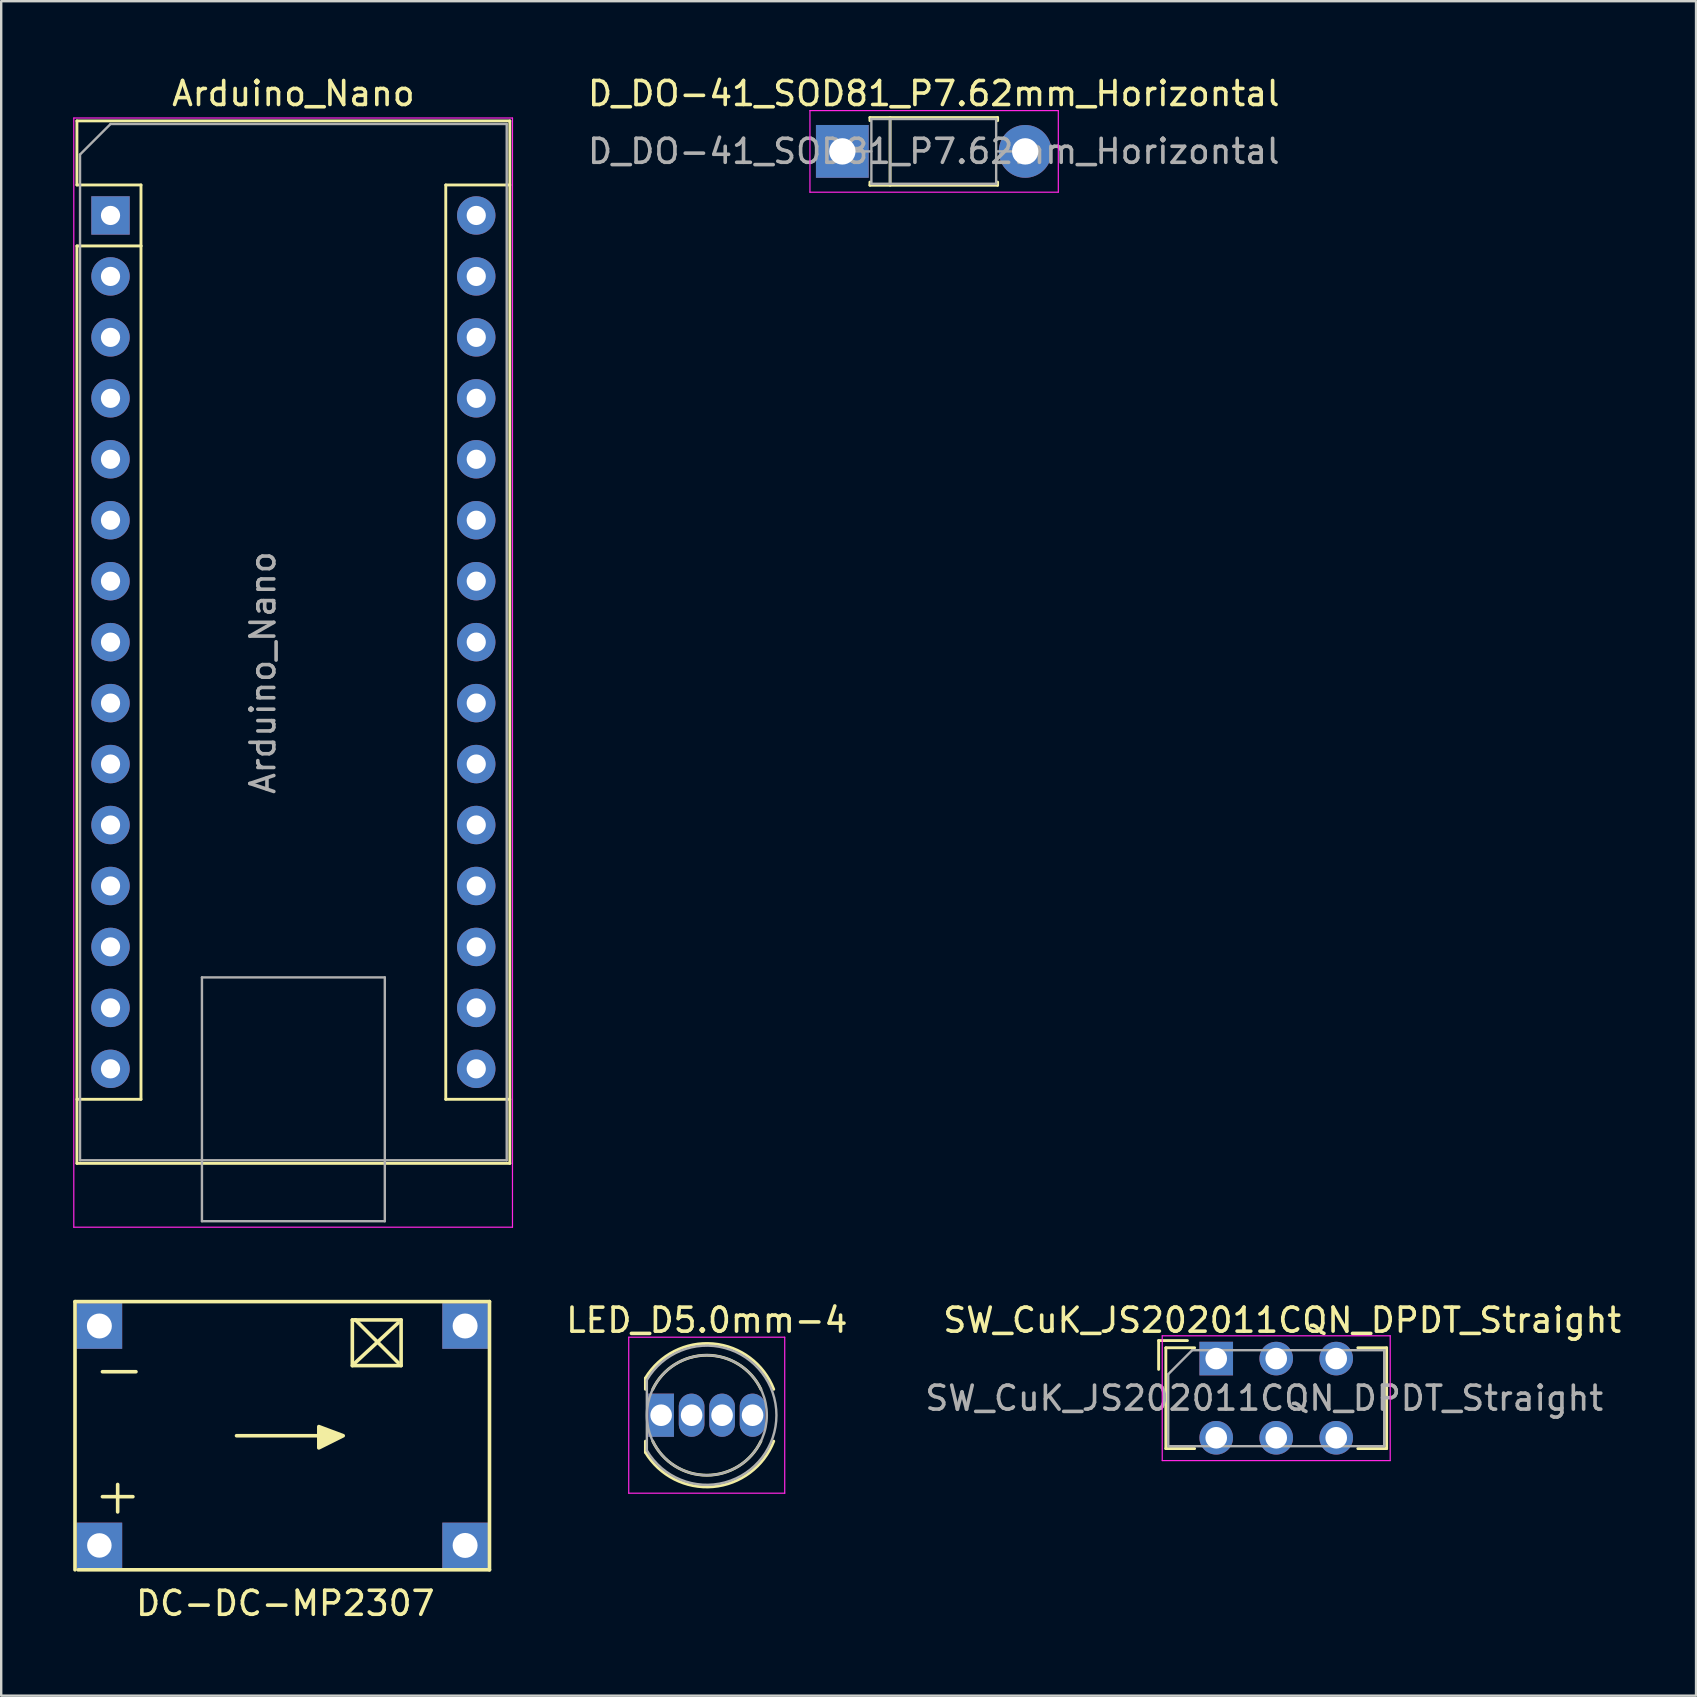
<source format=kicad_pcb>
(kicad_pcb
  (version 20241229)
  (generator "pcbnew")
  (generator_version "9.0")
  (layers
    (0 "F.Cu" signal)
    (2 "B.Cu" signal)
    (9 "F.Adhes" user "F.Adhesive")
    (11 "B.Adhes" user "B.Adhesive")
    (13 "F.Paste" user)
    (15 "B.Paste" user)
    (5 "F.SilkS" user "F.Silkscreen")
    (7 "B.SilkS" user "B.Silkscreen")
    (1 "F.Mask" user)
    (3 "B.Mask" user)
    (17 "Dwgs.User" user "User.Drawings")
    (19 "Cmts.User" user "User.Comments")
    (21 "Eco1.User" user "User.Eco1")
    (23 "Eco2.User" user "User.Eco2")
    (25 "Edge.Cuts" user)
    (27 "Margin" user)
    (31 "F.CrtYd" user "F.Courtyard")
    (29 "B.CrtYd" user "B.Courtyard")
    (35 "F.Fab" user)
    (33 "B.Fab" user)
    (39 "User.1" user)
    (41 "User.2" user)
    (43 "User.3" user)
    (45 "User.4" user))
  (footprint "SW_CuK_JS202011CQN_DPDT_Straight"
    (layer "F.Cu")
    (at 47.63 53.562)
    (property "Reference" "SW_CuK_JS202011CQN_DPDT_Straight" (at 2.75 -1.6 0) (layer "F.SilkS") (effects (font (size 1 1) (thickness 0.15))))
    (attr through_hole)
    (fp_line (start -2.4 -0.75) (end -2.4 0.45) (stroke (width 0.12) (type solid)) (layer "F.SilkS"))
    (fp_line (start -2.1 -0.45) (end -2.1 3.75) (stroke (width 0.12) (type solid)) (layer "F.SilkS"))
    (fp_line (start -2.1 3.75) (end -0.9 3.75) (stroke (width 0.12) (type solid)) (layer "F.SilkS"))
    (fp_line (start -1.2 -0.75) (end -2.4 -0.75) (stroke (width 0.12) (type solid)) (layer "F.SilkS"))
    (fp_line (start -0.9 -0.45) (end -2.1 -0.45) (stroke (width 0.12) (type solid)) (layer "F.SilkS"))
    (fp_line (start 5.9 -0.45) (end 7.1 -0.45) (stroke (width 0.12) (type solid)) (layer "F.SilkS"))
    (fp_line (start 7.1 -0.45) (end 7.1 3.75) (stroke (width 0.12) (type solid)) (layer "F.SilkS"))
    (fp_line (start 7.1 3.75) (end 5.9 3.75) (stroke (width 0.12) (type solid)) (layer "F.SilkS"))
    (fp_line (start -2.25 -0.95) (end 7.25 -0.95) (stroke (width 0.05) (type solid)) (layer "F.CrtYd"))
    (fp_line (start -2.25 4.25) (end -2.25 -0.95) (stroke (width 0.05) (type solid)) (layer "F.CrtYd"))
    (fp_line (start 7.25 -0.95) (end 7.25 4.25) (stroke (width 0.05) (type solid)) (layer "F.CrtYd"))
    (fp_line (start 7.25 4.25) (end -2.25 4.25) (stroke (width 0.05) (type solid)) (layer "F.CrtYd"))
    (fp_line (start -2 3.65) (end -2 0.65) (stroke (width 0.1) (type solid)) (layer "F.Fab"))
    (fp_line (start -1 -0.35) (end -2 0.65) (stroke (width 0.1) (type solid)) (layer "F.Fab"))
    (fp_line (start -1 -0.35) (end 7 -0.35) (stroke (width 0.1) (type solid)) (layer "F.Fab"))
    (fp_line (start 7 -0.35) (end 7 3.65) (stroke (width 0.1) (type solid)) (layer "F.Fab"))
    (fp_line (start 7 3.65) (end -2 3.65) (stroke (width 0.1) (type solid)) (layer "F.Fab"))
    (fp_text user "${REFERENCE}" (at 2 1.65 0) (layer "F.Fab") (effects (font (size 1 1) (thickness 0.15))))
    (pad "1" thru_hole rect (at 0 0) (size 1.4 1.4) (drill 0.9) (layers "*.Cu" "*.Mask"))
    (pad "2" thru_hole circle (at 2.5 0) (size 1.4 1.4) (drill 0.9) (layers "*.Cu" "*.Mask"))
    (pad "3" thru_hole circle (at 5 0) (size 1.4 1.4) (drill 0.9) (layers "*.Cu" "*.Mask"))
    (pad "4" thru_hole circle (at 0 3.3) (size 1.4 1.4) (drill 0.9) (layers "*.Cu" "*.Mask"))
    (pad "5" thru_hole circle (at 2.5 3.3) (size 1.4 1.4) (drill 0.9) (layers "*.Cu" "*.Mask"))
    (pad "6" thru_hole circle (at 5 3.3) (size 1.4 1.4) (drill 0.9) (layers "*.Cu" "*.Mask")))
  (footprint "LED_D5.0mm-4"
    (layer "F.Cu")
    (at 24.499 55.922)
    (property "Reference" "LED_D5.0mm-4" (at 1.905 -3.96 0) (layer "F.SilkS") (effects (font (size 1 1) (thickness 0.15))))
    (attr through_hole)
    (fp_line (start -0.655 -1.545) (end -0.655 -1.08) (stroke (width 0.12) (type solid)) (layer "F.SilkS"))
    (fp_line (start -0.655 1.08) (end -0.655 1.545) (stroke (width 0.12) (type solid)) (layer "F.SilkS"))
    (fp_arc (start -0.655 -1.54483) (mid 2.163456 -2.978809) (end 4.692815 -1.080827) (stroke (width 0.12) (type solid)) (layer "F.SilkS"))
    (fp_arc (start -0.349684 -1.08) (mid 1.904762 -2.5) (end 4.159479 -1.080429) (stroke (width 0.12) (type solid)) (layer "F.SilkS"))
    (fp_arc (start 4.159479 1.080429) (mid 1.904762 2.5) (end -0.349684 1.08) (stroke (width 0.12) (type solid)) (layer "F.SilkS"))
    (fp_arc (start 4.692815 1.080827) (mid 2.163456 2.978808) (end -0.655 1.54483) (stroke (width 0.12) (type solid)) (layer "F.SilkS"))
    (fp_line (start -1.35 -3.25) (end -1.35 3.25) (stroke (width 0.05) (type solid)) (layer "F.CrtYd"))
    (fp_line (start -1.35 3.25) (end 5.15 3.25) (stroke (width 0.05) (type solid)) (layer "F.CrtYd"))
    (fp_line (start 5.15 -3.25) (end -1.35 -3.25) (stroke (width 0.05) (type solid)) (layer "F.CrtYd"))
    (fp_line (start 5.15 3.25) (end 5.15 -3.25) (stroke (width 0.05) (type solid)) (layer "F.CrtYd"))
    (fp_line (start -0.595 -1.47) (end -0.595 1.47) (stroke (width 0.1) (type solid)) (layer "F.Fab"))
    (fp_arc (start -0.595 -1.469694) (mid 4.805 0.000016) (end -0.595016 1.469666) (stroke (width 0.1) (type solid)) (layer "F.Fab"))
    (fp_circle (center 1.905 0) (end 4.405 0) (stroke (width 0.1) (type solid)) (fill no) (layer "F.Fab"))
    (pad "1" thru_hole rect (at 0 0) (size 1.07 1.8) (drill 0.9) (layers "*.Cu" "*.Mask"))
    (pad "2" thru_hole oval (at 1.27 0) (size 1.07 1.8) (drill 0.9) (layers "*.Cu" "*.Mask"))
    (pad "3" thru_hole oval (at 2.54 0) (size 1.07 1.8) (drill 0.9) (layers "*.Cu" "*.Mask"))
    (pad "4" thru_hole oval (at 3.81 0) (size 1.07 1.8) (drill 0.9) (layers "*.Cu" "*.Mask")))
  (footprint "Arduino_Nano"
    (layer "F.Cu")
    (at 1.555 5.928)
    (property "Reference" "Arduino_Nano" (at 7.62 -5.08 0) (layer "F.SilkS") (effects (font (size 1 1) (thickness 0.15))))
    (attr through_hole)
    (fp_line (start -1.4 -3.94) (end -1.4 -1.27) (stroke (width 0.12) (type solid)) (layer "F.SilkS"))
    (fp_line (start -1.4 1.27) (end -1.4 39.5) (stroke (width 0.12) (type solid)) (layer "F.SilkS"))
    (fp_line (start -1.4 39.5) (end 16.64 39.5) (stroke (width 0.12) (type solid)) (layer "F.SilkS"))
    (fp_line (start 1.27 -1.27) (end -1.4 -1.27) (stroke (width 0.12) (type solid)) (layer "F.SilkS"))
    (fp_line (start 1.27 1.27) (end -1.4 1.27) (stroke (width 0.12) (type solid)) (layer "F.SilkS"))
    (fp_line (start 1.27 1.27) (end 1.27 -1.27) (stroke (width 0.12) (type solid)) (layer "F.SilkS"))
    (fp_line (start 1.27 1.27) (end 1.27 36.83) (stroke (width 0.12) (type solid)) (layer "F.SilkS"))
    (fp_line (start 1.27 36.83) (end -1.4 36.83) (stroke (width 0.12) (type solid)) (layer "F.SilkS"))
    (fp_line (start 13.97 -1.27) (end 13.97 36.83) (stroke (width 0.12) (type solid)) (layer "F.SilkS"))
    (fp_line (start 13.97 -1.27) (end 16.64 -1.27) (stroke (width 0.12) (type solid)) (layer "F.SilkS"))
    (fp_line (start 13.97 36.83) (end 16.64 36.83) (stroke (width 0.12) (type solid)) (layer "F.SilkS"))
    (fp_line (start 16.64 -3.94) (end -1.4 -3.94) (stroke (width 0.12) (type solid)) (layer "F.SilkS"))
    (fp_line (start 16.64 39.5) (end 16.64 -3.94) (stroke (width 0.12) (type solid)) (layer "F.SilkS"))
    (fp_line (start -1.53 -4.06) (end -1.53 42.16) (stroke (width 0.05) (type solid)) (layer "F.CrtYd"))
    (fp_line (start -1.53 -4.06) (end 16.75 -4.06) (stroke (width 0.05) (type solid)) (layer "F.CrtYd"))
    (fp_line (start 16.75 42.16) (end -1.53 42.16) (stroke (width 0.05) (type solid)) (layer "F.CrtYd"))
    (fp_line (start 16.75 42.16) (end 16.75 -4.06) (stroke (width 0.05) (type solid)) (layer "F.CrtYd"))
    (fp_line (start -1.27 -2.54) (end 0 -3.81) (stroke (width 0.1) (type solid)) (layer "F.Fab"))
    (fp_line (start -1.27 39.37) (end -1.27 -2.54) (stroke (width 0.1) (type solid)) (layer "F.Fab"))
    (fp_line (start 0 -3.81) (end 16.51 -3.81) (stroke (width 0.1) (type solid)) (layer "F.Fab"))
    (fp_line (start 3.81 31.75) (end 11.43 31.75) (stroke (width 0.1) (type solid)) (layer "F.Fab"))
    (fp_line (start 3.81 41.91) (end 3.81 31.75) (stroke (width 0.1) (type solid)) (layer "F.Fab"))
    (fp_line (start 11.43 31.75) (end 11.43 41.91) (stroke (width 0.1) (type solid)) (layer "F.Fab"))
    (fp_line (start 11.43 41.91) (end 3.81 41.91) (stroke (width 0.1) (type solid)) (layer "F.Fab"))
    (fp_line (start 16.51 -3.81) (end 16.51 39.37) (stroke (width 0.1) (type solid)) (layer "F.Fab"))
    (fp_line (start 16.51 39.37) (end -1.27 39.37) (stroke (width 0.1) (type solid)) (layer "F.Fab"))
    (fp_text user "${REFERENCE}" (at 6.35 19.05 90) (layer "F.Fab") (effects (font (size 1 1) (thickness 0.15))))
    (pad "1" thru_hole rect (at 0 0) (size 1.6 1.6) (drill 0.8) (layers "*.Cu" "*.Mask"))
    (pad "2" thru_hole oval (at 0 2.54) (size 1.6 1.6) (drill 0.8) (layers "*.Cu" "*.Mask"))
    (pad "3" thru_hole oval (at 0 5.08) (size 1.6 1.6) (drill 0.8) (layers "*.Cu" "*.Mask"))
    (pad "4" thru_hole oval (at 0 7.62) (size 1.6 1.6) (drill 0.8) (layers "*.Cu" "*.Mask"))
    (pad "5" thru_hole oval (at 0 10.16) (size 1.6 1.6) (drill 0.8) (layers "*.Cu" "*.Mask"))
    (pad "6" thru_hole oval (at 0 12.7) (size 1.6 1.6) (drill 0.8) (layers "*.Cu" "*.Mask"))
    (pad "7" thru_hole oval (at 0 15.24) (size 1.6 1.6) (drill 0.8) (layers "*.Cu" "*.Mask"))
    (pad "8" thru_hole oval (at 0 17.78) (size 1.6 1.6) (drill 0.8) (layers "*.Cu" "*.Mask"))
    (pad "9" thru_hole oval (at 0 20.32) (size 1.6 1.6) (drill 0.8) (layers "*.Cu" "*.Mask"))
    (pad "10" thru_hole oval (at 0 22.86) (size 1.6 1.6) (drill 0.8) (layers "*.Cu" "*.Mask"))
    (pad "11" thru_hole oval (at 0 25.4) (size 1.6 1.6) (drill 0.8) (layers "*.Cu" "*.Mask"))
    (pad "12" thru_hole oval (at 0 27.94) (size 1.6 1.6) (drill 0.8) (layers "*.Cu" "*.Mask"))
    (pad "13" thru_hole oval (at 0 30.48) (size 1.6 1.6) (drill 0.8) (layers "*.Cu" "*.Mask"))
    (pad "14" thru_hole oval (at 0 33.02) (size 1.6 1.6) (drill 0.8) (layers "*.Cu" "*.Mask"))
    (pad "15" thru_hole oval (at 0 35.56) (size 1.6 1.6) (drill 0.8) (layers "*.Cu" "*.Mask"))
    (pad "16" thru_hole oval (at 15.24 35.56) (size 1.6 1.6) (drill 0.8) (layers "*.Cu" "*.Mask"))
    (pad "17" thru_hole oval (at 15.24 33.02) (size 1.6 1.6) (drill 0.8) (layers "*.Cu" "*.Mask"))
    (pad "18" thru_hole oval (at 15.24 30.48) (size 1.6 1.6) (drill 0.8) (layers "*.Cu" "*.Mask"))
    (pad "19" thru_hole oval (at 15.24 27.94) (size 1.6 1.6) (drill 0.8) (layers "*.Cu" "*.Mask"))
    (pad "20" thru_hole oval (at 15.24 25.4) (size 1.6 1.6) (drill 0.8) (layers "*.Cu" "*.Mask"))
    (pad "21" thru_hole oval (at 15.24 22.86) (size 1.6 1.6) (drill 0.8) (layers "*.Cu" "*.Mask"))
    (pad "22" thru_hole oval (at 15.24 20.32) (size 1.6 1.6) (drill 0.8) (layers "*.Cu" "*.Mask"))
    (pad "23" thru_hole oval (at 15.24 17.78) (size 1.6 1.6) (drill 0.8) (layers "*.Cu" "*.Mask"))
    (pad "24" thru_hole oval (at 15.24 15.24) (size 1.6 1.6) (drill 0.8) (layers "*.Cu" "*.Mask"))
    (pad "25" thru_hole oval (at 15.24 12.7) (size 1.6 1.6) (drill 0.8) (layers "*.Cu" "*.Mask"))
    (pad "26" thru_hole oval (at 15.24 10.16) (size 1.6 1.6) (drill 0.8) (layers "*.Cu" "*.Mask"))
    (pad "27" thru_hole oval (at 15.24 7.62) (size 1.6 1.6) (drill 0.8) (layers "*.Cu" "*.Mask"))
    (pad "28" thru_hole oval (at 15.24 5.08) (size 1.6 1.6) (drill 0.8) (layers "*.Cu" "*.Mask"))
    (pad "29" thru_hole oval (at 15.24 2.54) (size 1.6 1.6) (drill 0.8) (layers "*.Cu" "*.Mask"))
    (pad "30" thru_hole oval (at 15.24 0) (size 1.6 1.6) (drill 0.8) (layers "*.Cu" "*.Mask")))
  (footprint "D_DO-41_SOD81_P7.62mm_Horizontal"
    (layer "F.Cu")
    (at 32.05 3.258)
    (property "Reference" "D_DO-41_SOD81_P7.62mm_Horizontal" (at 3.81 -2.41 0) (layer "F.SilkS") (effects (font (size 1 1) (thickness 0.15))))
    (attr through_hole)
    (fp_line (start 1.15 -1.41) (end 6.47 -1.41) (stroke (width 0.12) (type solid)) (layer "F.SilkS"))
    (fp_line (start 1.15 -1.28) (end 1.15 -1.41) (stroke (width 0.12) (type solid)) (layer "F.SilkS"))
    (fp_line (start 1.15 1.28) (end 1.15 1.41) (stroke (width 0.12) (type solid)) (layer "F.SilkS"))
    (fp_line (start 1.15 1.41) (end 6.47 1.41) (stroke (width 0.12) (type solid)) (layer "F.SilkS"))
    (fp_line (start 1.99 -1.41) (end 1.99 1.41) (stroke (width 0.12) (type solid)) (layer "F.SilkS"))
    (fp_line (start 6.47 -1.41) (end 6.47 -1.28) (stroke (width 0.12) (type solid)) (layer "F.SilkS"))
    (fp_line (start 6.47 1.41) (end 6.47 1.28) (stroke (width 0.12) (type solid)) (layer "F.SilkS"))
    (fp_line (start -1.35 -1.7) (end -1.35 1.7) (stroke (width 0.05) (type solid)) (layer "F.CrtYd"))
    (fp_line (start -1.35 1.7) (end 9 1.7) (stroke (width 0.05) (type solid)) (layer "F.CrtYd"))
    (fp_line (start 9 -1.7) (end -1.35 -1.7) (stroke (width 0.05) (type solid)) (layer "F.CrtYd"))
    (fp_line (start 9 1.7) (end 9 -1.7) (stroke (width 0.05) (type solid)) (layer "F.CrtYd"))
    (fp_line (start 0 0) (end 1.21 0) (stroke (width 0.1) (type solid)) (layer "F.Fab"))
    (fp_line (start 1.21 -1.35) (end 1.21 1.35) (stroke (width 0.1) (type solid)) (layer "F.Fab"))
    (fp_line (start 1.21 1.35) (end 6.41 1.35) (stroke (width 0.1) (type solid)) (layer "F.Fab"))
    (fp_line (start 1.99 -1.35) (end 1.99 1.35) (stroke (width 0.1) (type solid)) (layer "F.Fab"))
    (fp_line (start 6.41 -1.35) (end 1.21 -1.35) (stroke (width 0.1) (type solid)) (layer "F.Fab"))
    (fp_line (start 6.41 1.35) (end 6.41 -1.35) (stroke (width 0.1) (type solid)) (layer "F.Fab"))
    (fp_line (start 7.62 0) (end 6.41 0) (stroke (width 0.1) (type solid)) (layer "F.Fab"))
    (fp_text user "${REFERENCE}" (at 3.81 0 0) (layer "F.Fab") (effects (font (size 1 1) (thickness 0.15))))
    (pad "1" thru_hole rect (at 0 0) (size 2.2 2.2) (drill 1.1) (layers "*.Cu" "*.Mask"))
    (pad "2" thru_hole oval (at 7.62 0) (size 2.2 2.2) (drill 1.1) (layers "*.Cu" "*.Mask")))
  (footprint "DC-DC-MP2307"
    (layer "F.Cu")
    (at 8.838 56.776)
    (property "Reference" "DC-DC-MP2307" (at 0 6.985 0) (layer "F.SilkS") (effects (font (size 1 1) (thickness 0.15))))
    (attr through_hole)
    (fp_line (start -8.763 -5.588) (end -8.763 5.588) (stroke (width 0.15) (type solid)) (layer "F.SilkS"))
    (fp_line (start -8.763 -5.588) (end 8.509 -5.588) (stroke (width 0.15) (type solid)) (layer "F.SilkS"))
    (fp_line (start -7.62 -2.667) (end -6.223 -2.667) (stroke (width 0.15) (type solid)) (layer "F.SilkS"))
    (fp_line (start -7.62 2.54) (end -6.35 2.54) (stroke (width 0.15) (type solid)) (layer "F.SilkS"))
    (fp_line (start -6.985 2.032) (end -6.985 3.175) (stroke (width 0.15) (type solid)) (layer "F.SilkS"))
    (fp_line (start -2.032 0) (end 1.905 0) (stroke (width 0.15) (type solid)) (layer "F.SilkS"))
    (fp_line (start 2.794 -4.826) (end 2.794 -2.921) (stroke (width 0.15) (type solid)) (layer "F.SilkS"))
    (fp_line (start 2.794 -2.921) (end 4.826 -2.921) (stroke (width 0.15) (type solid)) (layer "F.SilkS"))
    (fp_line (start 2.921 -4.826) (end 2.794 -4.826) (stroke (width 0.15) (type solid)) (layer "F.SilkS"))
    (fp_line (start 2.921 -4.826) (end 4.699 -3.048) (stroke (width 0.15) (type solid)) (layer "F.SilkS"))
    (fp_line (start 4.699 -4.699) (end 2.921 -3.048) (stroke (width 0.15) (type solid)) (layer "F.SilkS"))
    (fp_line (start 4.826 -4.826) (end 2.921 -4.826) (stroke (width 0.15) (type solid)) (layer "F.SilkS"))
    (fp_line (start 4.826 -2.921) (end 4.826 -4.826) (stroke (width 0.15) (type solid)) (layer "F.SilkS"))
    (fp_line (start 8.509 -5.588) (end 8.509 5.588) (stroke (width 0.15) (type solid)) (layer "F.SilkS"))
    (fp_line (start 8.509 5.588) (end -8.636 5.588) (stroke (width 0.15) (type solid)) (layer "F.SilkS"))
    (fp_poly (pts (xy 1.397 -0.381) (xy 1.397 0.508) (xy 2.413 0)) (stroke (width 0.15) (type solid)) (fill yes) (layer "F.SilkS"))
    (pad "1" thru_hole rect (at -7.747 4.572) (size 1.9 1.9) (drill 1.02) (layers "*.Cu" "*.Mask"))
    (pad "2" thru_hole rect (at -7.747 -4.572) (size 1.9 1.9) (drill 1.04) (layers "*.Cu" "*.Mask"))
    (pad "3" thru_hole rect (at 7.493 4.572) (size 1.9 1.9) (drill 1.04) (layers "*.Cu" "*.Mask"))
    (pad "4" thru_hole rect (at 7.493 -4.572) (size 1.9 1.9) (drill 1.04) (layers "*.Cu" "*.Mask")))
  (gr_rect
    (start -3 -3)
    (end 67.624 67.609)
    (stroke (width 0.1) (type default))
    (fill no)
    (layer "Edge.Cuts")))
</source>
